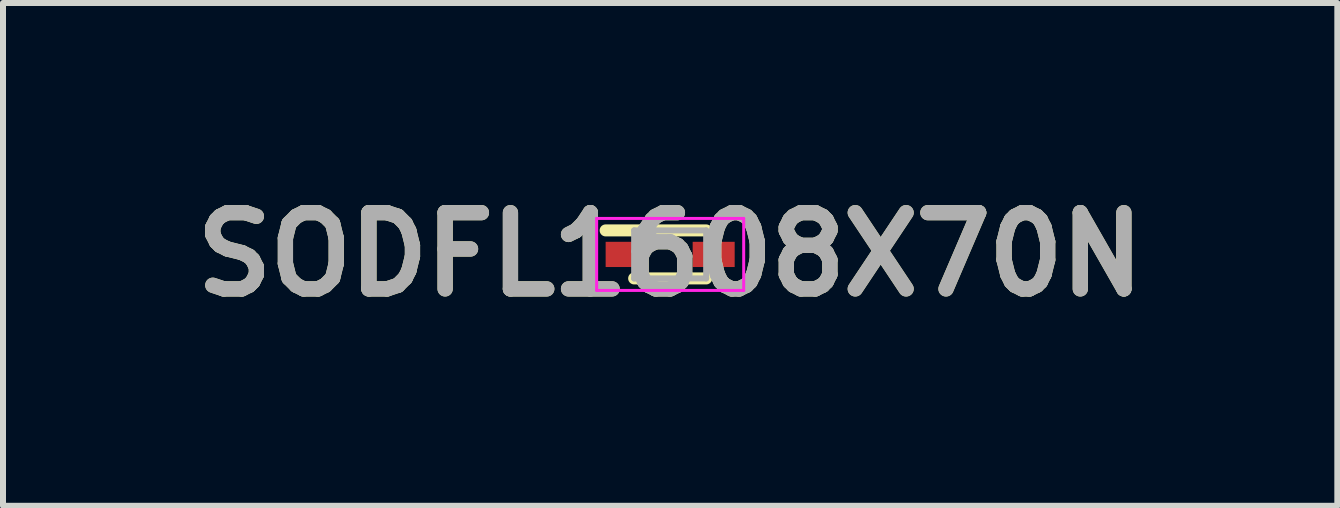
<source format=kicad_pcb>
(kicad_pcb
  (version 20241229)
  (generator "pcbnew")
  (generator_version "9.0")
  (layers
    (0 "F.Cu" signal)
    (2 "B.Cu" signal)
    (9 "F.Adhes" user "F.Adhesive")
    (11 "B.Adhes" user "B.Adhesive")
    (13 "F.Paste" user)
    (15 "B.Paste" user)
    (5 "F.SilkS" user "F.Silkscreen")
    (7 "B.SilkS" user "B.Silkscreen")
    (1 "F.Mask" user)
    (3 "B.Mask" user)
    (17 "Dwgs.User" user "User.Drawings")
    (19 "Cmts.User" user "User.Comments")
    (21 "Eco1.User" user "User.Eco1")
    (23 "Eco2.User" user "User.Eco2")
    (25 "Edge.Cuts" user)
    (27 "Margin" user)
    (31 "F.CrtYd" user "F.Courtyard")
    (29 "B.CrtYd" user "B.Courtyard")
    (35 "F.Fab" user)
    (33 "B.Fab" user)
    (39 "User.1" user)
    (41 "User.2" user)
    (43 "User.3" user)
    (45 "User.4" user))
  (footprint "SODFL1608X70N"
    (layer "F.Cu")
    (at 8.116 1.189)
    (property "Reference" "SODFL1608X70N" (at 0 0 0) (layer "F.SilkS") (effects (font (size 1.27 1.27) (thickness 0.254))))
    (attr smd)
    (fp_line (start -1.075 -0.4) (end 0.6 -0.4) (stroke (width 0.2) (type solid)) (layer "F.SilkS"))
    (fp_line (start -0.6 0.4) (end 0.6 0.4) (stroke (width 0.2) (type solid)) (layer "F.SilkS"))
    (fp_line (start -1.225 -0.6) (end 1.225 -0.6) (stroke (width 0.05) (type solid)) (layer "F.CrtYd"))
    (fp_line (start -1.225 0.6) (end -1.225 -0.6) (stroke (width 0.05) (type solid)) (layer "F.CrtYd"))
    (fp_line (start 1.225 -0.6) (end 1.225 0.6) (stroke (width 0.05) (type solid)) (layer "F.CrtYd"))
    (fp_line (start 1.225 0.6) (end -1.225 0.6) (stroke (width 0.05) (type solid)) (layer "F.CrtYd"))
    (fp_line (start -0.6 -0.4) (end 0.6 -0.4) (stroke (width 0.1) (type solid)) (layer "F.Fab"))
    (fp_line (start -0.6 -0.05) (end -0.25 -0.4) (stroke (width 0.1) (type solid)) (layer "F.Fab"))
    (fp_line (start -0.6 0.4) (end -0.6 -0.4) (stroke (width 0.1) (type solid)) (layer "F.Fab"))
    (fp_line (start 0.6 -0.4) (end 0.6 0.4) (stroke (width 0.1) (type solid)) (layer "F.Fab"))
    (fp_line (start 0.6 0.4) (end -0.6 0.4) (stroke (width 0.1) (type solid)) (layer "F.Fab"))
    (fp_text user "${REFERENCE}" (at 0 0 0) (layer "F.Fab") (effects (font (size 1.27 1.27) (thickness 0.254))))
    (pad "1" smd rect (at -0.725 0 90) (size 0.42 0.7) (layers "F.Cu" "F.Mask" "F.Paste"))
    (pad "2" smd rect (at 0.725 0 90) (size 0.42 0.7) (layers "F.Cu" "F.Mask" "F.Paste")))
  (gr_rect
    (start -3 -3)
    (end 19.232 5.377)
    (stroke (width 0.1) (type default))
    (fill no)
    (layer "Edge.Cuts")))
</source>
